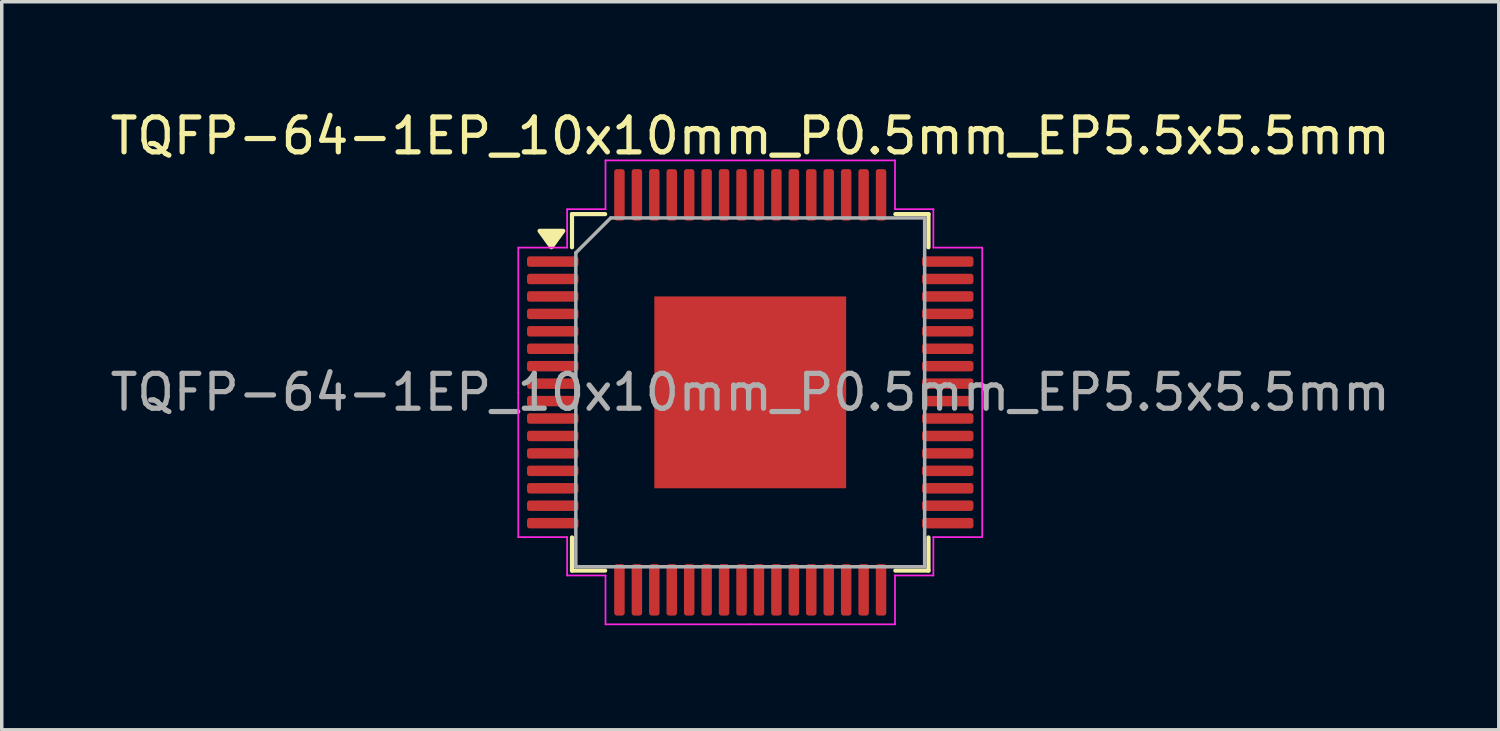
<source format=kicad_pcb>
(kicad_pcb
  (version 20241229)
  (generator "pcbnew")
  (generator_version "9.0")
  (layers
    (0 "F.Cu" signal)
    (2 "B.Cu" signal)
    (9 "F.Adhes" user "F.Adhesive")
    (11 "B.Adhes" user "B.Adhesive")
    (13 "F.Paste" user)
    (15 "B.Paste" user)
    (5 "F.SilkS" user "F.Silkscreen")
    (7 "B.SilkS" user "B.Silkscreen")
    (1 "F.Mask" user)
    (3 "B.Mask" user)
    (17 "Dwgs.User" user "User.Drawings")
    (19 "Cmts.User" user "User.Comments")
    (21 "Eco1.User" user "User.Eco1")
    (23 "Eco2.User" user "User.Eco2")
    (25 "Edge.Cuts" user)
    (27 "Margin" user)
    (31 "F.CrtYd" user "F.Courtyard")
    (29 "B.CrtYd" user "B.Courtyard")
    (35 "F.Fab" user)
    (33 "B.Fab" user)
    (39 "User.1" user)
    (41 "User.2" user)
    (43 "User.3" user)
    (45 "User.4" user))
  (footprint "TQFP-64-1EP_10x10mm_P0.5mm_EP5.5x5.5mm"
    (layer "F.Cu")
    (at 18.458 8.198)
    (property "Reference" "TQFP-64-1EP_10x10mm_P0.5mm_EP5.5x5.5mm" (at 0 -7.35 0) (layer "F.SilkS") (effects (font (size 1 1) (thickness 0.15))))
    (attr smd)
    (fp_line (start -5.11 -5.11) (end -5.11 -4.16) (stroke (width 0.12) (type solid)) (layer "F.SilkS"))
    (fp_line (start -5.11 5.11) (end -5.11 4.16) (stroke (width 0.12) (type solid)) (layer "F.SilkS"))
    (fp_line (start -4.16 -5.11) (end -5.11 -5.11) (stroke (width 0.12) (type solid)) (layer "F.SilkS"))
    (fp_line (start -4.16 5.11) (end -5.11 5.11) (stroke (width 0.12) (type solid)) (layer "F.SilkS"))
    (fp_line (start 4.16 -5.11) (end 5.11 -5.11) (stroke (width 0.12) (type solid)) (layer "F.SilkS"))
    (fp_line (start 4.16 5.11) (end 5.11 5.11) (stroke (width 0.12) (type solid)) (layer "F.SilkS"))
    (fp_line (start 5.11 -5.11) (end 5.11 -4.16) (stroke (width 0.12) (type solid)) (layer "F.SilkS"))
    (fp_line (start 5.11 5.11) (end 5.11 4.16) (stroke (width 0.12) (type solid)) (layer "F.SilkS"))
    (fp_poly (pts (xy -5.7 -4.16) (xy -6.04 -4.63) (xy -5.36 -4.63) (xy -5.7 -4.16)) (stroke (width 0.12) (type solid)) (fill yes) (layer "F.SilkS"))
    (fp_line (start -6.65 -4.15) (end -6.65 0) (stroke (width 0.05) (type solid)) (layer "F.CrtYd"))
    (fp_line (start -6.65 4.15) (end -6.65 0) (stroke (width 0.05) (type solid)) (layer "F.CrtYd"))
    (fp_line (start -5.25 -5.25) (end -5.25 -4.15) (stroke (width 0.05) (type solid)) (layer "F.CrtYd"))
    (fp_line (start -5.25 -4.15) (end -6.65 -4.15) (stroke (width 0.05) (type solid)) (layer "F.CrtYd"))
    (fp_line (start -5.25 4.15) (end -6.65 4.15) (stroke (width 0.05) (type solid)) (layer "F.CrtYd"))
    (fp_line (start -5.25 5.25) (end -5.25 4.15) (stroke (width 0.05) (type solid)) (layer "F.CrtYd"))
    (fp_line (start -4.15 -6.65) (end -4.15 -5.25) (stroke (width 0.05) (type solid)) (layer "F.CrtYd"))
    (fp_line (start -4.15 -5.25) (end -5.25 -5.25) (stroke (width 0.05) (type solid)) (layer "F.CrtYd"))
    (fp_line (start -4.15 5.25) (end -5.25 5.25) (stroke (width 0.05) (type solid)) (layer "F.CrtYd"))
    (fp_line (start -4.15 6.65) (end -4.15 5.25) (stroke (width 0.05) (type solid)) (layer "F.CrtYd"))
    (fp_line (start 0 -6.65) (end -4.15 -6.65) (stroke (width 0.05) (type solid)) (layer "F.CrtYd"))
    (fp_line (start 0 -6.65) (end 4.15 -6.65) (stroke (width 0.05) (type solid)) (layer "F.CrtYd"))
    (fp_line (start 0 6.65) (end -4.15 6.65) (stroke (width 0.05) (type solid)) (layer "F.CrtYd"))
    (fp_line (start 0 6.65) (end 4.15 6.65) (stroke (width 0.05) (type solid)) (layer "F.CrtYd"))
    (fp_line (start 4.15 -6.65) (end 4.15 -5.25) (stroke (width 0.05) (type solid)) (layer "F.CrtYd"))
    (fp_line (start 4.15 -5.25) (end 5.25 -5.25) (stroke (width 0.05) (type solid)) (layer "F.CrtYd"))
    (fp_line (start 4.15 5.25) (end 5.25 5.25) (stroke (width 0.05) (type solid)) (layer "F.CrtYd"))
    (fp_line (start 4.15 6.65) (end 4.15 5.25) (stroke (width 0.05) (type solid)) (layer "F.CrtYd"))
    (fp_line (start 5.25 -5.25) (end 5.25 -4.15) (stroke (width 0.05) (type solid)) (layer "F.CrtYd"))
    (fp_line (start 5.25 -4.15) (end 6.65 -4.15) (stroke (width 0.05) (type solid)) (layer "F.CrtYd"))
    (fp_line (start 5.25 4.15) (end 6.65 4.15) (stroke (width 0.05) (type solid)) (layer "F.CrtYd"))
    (fp_line (start 5.25 5.25) (end 5.25 4.15) (stroke (width 0.05) (type solid)) (layer "F.CrtYd"))
    (fp_line (start 6.65 -4.15) (end 6.65 0) (stroke (width 0.05) (type solid)) (layer "F.CrtYd"))
    (fp_line (start 6.65 4.15) (end 6.65 0) (stroke (width 0.05) (type solid)) (layer "F.CrtYd"))
    (fp_line (start -5 -4) (end -4 -5) (stroke (width 0.1) (type solid)) (layer "F.Fab"))
    (fp_line (start -5 5) (end -5 -4) (stroke (width 0.1) (type solid)) (layer "F.Fab"))
    (fp_line (start -4 -5) (end 5 -5) (stroke (width 0.1) (type solid)) (layer "F.Fab"))
    (fp_line (start 5 -5) (end 5 5) (stroke (width 0.1) (type solid)) (layer "F.Fab"))
    (fp_line (start 5 5) (end -5 5) (stroke (width 0.1) (type solid)) (layer "F.Fab"))
    (fp_text user "${REFERENCE}" (at 0 0 0) (layer "F.Fab") (effects (font (size 1 1) (thickness 0.15))))
    (pad "" smd roundrect (at -2.07 -2.07) (size 1.11 1.11) (layers "F.Paste") (roundrect_rratio 0.225))
    (pad "" smd roundrect (at -2.07 -0.69) (size 1.11 1.11) (layers "F.Paste") (roundrect_rratio 0.225))
    (pad "" smd roundrect (at -2.07 0.69) (size 1.11 1.11) (layers "F.Paste") (roundrect_rratio 0.225))
    (pad "" smd roundrect (at -2.07 2.07) (size 1.11 1.11) (layers "F.Paste") (roundrect_rratio 0.225))
    (pad "" smd roundrect (at -0.69 -2.07) (size 1.11 1.11) (layers "F.Paste") (roundrect_rratio 0.225))
    (pad "" smd roundrect (at -0.69 -0.69) (size 1.11 1.11) (layers "F.Paste") (roundrect_rratio 0.225))
    (pad "" smd roundrect (at -0.69 0.69) (size 1.11 1.11) (layers "F.Paste") (roundrect_rratio 0.225))
    (pad "" smd roundrect (at -0.69 2.07) (size 1.11 1.11) (layers "F.Paste") (roundrect_rratio 0.225))
    (pad "" smd roundrect (at 0.69 -2.07) (size 1.11 1.11) (layers "F.Paste") (roundrect_rratio 0.225))
    (pad "" smd roundrect (at 0.69 -0.69) (size 1.11 1.11) (layers "F.Paste") (roundrect_rratio 0.225))
    (pad "" smd roundrect (at 0.69 0.69) (size 1.11 1.11) (layers "F.Paste") (roundrect_rratio 0.225))
    (pad "" smd roundrect (at 0.69 2.07) (size 1.11 1.11) (layers "F.Paste") (roundrect_rratio 0.225))
    (pad "" smd roundrect (at 2.07 -2.07) (size 1.11 1.11) (layers "F.Paste") (roundrect_rratio 0.225))
    (pad "" smd roundrect (at 2.07 -0.69) (size 1.11 1.11) (layers "F.Paste") (roundrect_rratio 0.225))
    (pad "" smd roundrect (at 2.07 0.69) (size 1.11 1.11) (layers "F.Paste") (roundrect_rratio 0.225))
    (pad "" smd roundrect (at 2.07 2.07) (size 1.11 1.11) (layers "F.Paste") (roundrect_rratio 0.225))
    (pad "1" smd roundrect (at -5.662 -3.75) (size 1.475 0.3) (layers "F.Cu" "F.Mask" "F.Paste") (roundrect_rratio 0.25))
    (pad "2" smd roundrect (at -5.662 -3.25) (size 1.475 0.3) (layers "F.Cu" "F.Mask" "F.Paste") (roundrect_rratio 0.25))
    (pad "3" smd roundrect (at -5.662 -2.75) (size 1.475 0.3) (layers "F.Cu" "F.Mask" "F.Paste") (roundrect_rratio 0.25))
    (pad "4" smd roundrect (at -5.662 -2.25) (size 1.475 0.3) (layers "F.Cu" "F.Mask" "F.Paste") (roundrect_rratio 0.25))
    (pad "5" smd roundrect (at -5.662 -1.75) (size 1.475 0.3) (layers "F.Cu" "F.Mask" "F.Paste") (roundrect_rratio 0.25))
    (pad "6" smd roundrect (at -5.662 -1.25) (size 1.475 0.3) (layers "F.Cu" "F.Mask" "F.Paste") (roundrect_rratio 0.25))
    (pad "7" smd roundrect (at -5.662 -0.75) (size 1.475 0.3) (layers "F.Cu" "F.Mask" "F.Paste") (roundrect_rratio 0.25))
    (pad "8" smd roundrect (at -5.662 -0.25) (size 1.475 0.3) (layers "F.Cu" "F.Mask" "F.Paste") (roundrect_rratio 0.25))
    (pad "9" smd roundrect (at -5.662 0.25) (size 1.475 0.3) (layers "F.Cu" "F.Mask" "F.Paste") (roundrect_rratio 0.25))
    (pad "10" smd roundrect (at -5.662 0.75) (size 1.475 0.3) (layers "F.Cu" "F.Mask" "F.Paste") (roundrect_rratio 0.25))
    (pad "11" smd roundrect (at -5.662 1.25) (size 1.475 0.3) (layers "F.Cu" "F.Mask" "F.Paste") (roundrect_rratio 0.25))
    (pad "12" smd roundrect (at -5.662 1.75) (size 1.475 0.3) (layers "F.Cu" "F.Mask" "F.Paste") (roundrect_rratio 0.25))
    (pad "13" smd roundrect (at -5.662 2.25) (size 1.475 0.3) (layers "F.Cu" "F.Mask" "F.Paste") (roundrect_rratio 0.25))
    (pad "14" smd roundrect (at -5.662 2.75) (size 1.475 0.3) (layers "F.Cu" "F.Mask" "F.Paste") (roundrect_rratio 0.25))
    (pad "15" smd roundrect (at -5.662 3.25) (size 1.475 0.3) (layers "F.Cu" "F.Mask" "F.Paste") (roundrect_rratio 0.25))
    (pad "16" smd roundrect (at -5.662 3.75) (size 1.475 0.3) (layers "F.Cu" "F.Mask" "F.Paste") (roundrect_rratio 0.25))
    (pad "17" smd roundrect (at -3.75 5.662) (size 0.3 1.475) (layers "F.Cu" "F.Mask" "F.Paste") (roundrect_rratio 0.25))
    (pad "18" smd roundrect (at -3.25 5.662) (size 0.3 1.475) (layers "F.Cu" "F.Mask" "F.Paste") (roundrect_rratio 0.25))
    (pad "19" smd roundrect (at -2.75 5.662) (size 0.3 1.475) (layers "F.Cu" "F.Mask" "F.Paste") (roundrect_rratio 0.25))
    (pad "20" smd roundrect (at -2.25 5.662) (size 0.3 1.475) (layers "F.Cu" "F.Mask" "F.Paste") (roundrect_rratio 0.25))
    (pad "21" smd roundrect (at -1.75 5.662) (size 0.3 1.475) (layers "F.Cu" "F.Mask" "F.Paste") (roundrect_rratio 0.25))
    (pad "22" smd roundrect (at -1.25 5.662) (size 0.3 1.475) (layers "F.Cu" "F.Mask" "F.Paste") (roundrect_rratio 0.25))
    (pad "23" smd roundrect (at -0.75 5.662) (size 0.3 1.475) (layers "F.Cu" "F.Mask" "F.Paste") (roundrect_rratio 0.25))
    (pad "24" smd roundrect (at -0.25 5.662) (size 0.3 1.475) (layers "F.Cu" "F.Mask" "F.Paste") (roundrect_rratio 0.25))
    (pad "25" smd roundrect (at 0.25 5.662) (size 0.3 1.475) (layers "F.Cu" "F.Mask" "F.Paste") (roundrect_rratio 0.25))
    (pad "26" smd roundrect (at 0.75 5.662) (size 0.3 1.475) (layers "F.Cu" "F.Mask" "F.Paste") (roundrect_rratio 0.25))
    (pad "27" smd roundrect (at 1.25 5.662) (size 0.3 1.475) (layers "F.Cu" "F.Mask" "F.Paste") (roundrect_rratio 0.25))
    (pad "28" smd roundrect (at 1.75 5.662) (size 0.3 1.475) (layers "F.Cu" "F.Mask" "F.Paste") (roundrect_rratio 0.25))
    (pad "29" smd roundrect (at 2.25 5.662) (size 0.3 1.475) (layers "F.Cu" "F.Mask" "F.Paste") (roundrect_rratio 0.25))
    (pad "30" smd roundrect (at 2.75 5.662) (size 0.3 1.475) (layers "F.Cu" "F.Mask" "F.Paste") (roundrect_rratio 0.25))
    (pad "31" smd roundrect (at 3.25 5.662) (size 0.3 1.475) (layers "F.Cu" "F.Mask" "F.Paste") (roundrect_rratio 0.25))
    (pad "32" smd roundrect (at 3.75 5.662) (size 0.3 1.475) (layers "F.Cu" "F.Mask" "F.Paste") (roundrect_rratio 0.25))
    (pad "33" smd roundrect (at 5.662 3.75) (size 1.475 0.3) (layers "F.Cu" "F.Mask" "F.Paste") (roundrect_rratio 0.25))
    (pad "34" smd roundrect (at 5.662 3.25) (size 1.475 0.3) (layers "F.Cu" "F.Mask" "F.Paste") (roundrect_rratio 0.25))
    (pad "35" smd roundrect (at 5.662 2.75) (size 1.475 0.3) (layers "F.Cu" "F.Mask" "F.Paste") (roundrect_rratio 0.25))
    (pad "36" smd roundrect (at 5.662 2.25) (size 1.475 0.3) (layers "F.Cu" "F.Mask" "F.Paste") (roundrect_rratio 0.25))
    (pad "37" smd roundrect (at 5.662 1.75) (size 1.475 0.3) (layers "F.Cu" "F.Mask" "F.Paste") (roundrect_rratio 0.25))
    (pad "38" smd roundrect (at 5.662 1.25) (size 1.475 0.3) (layers "F.Cu" "F.Mask" "F.Paste") (roundrect_rratio 0.25))
    (pad "39" smd roundrect (at 5.662 0.75) (size 1.475 0.3) (layers "F.Cu" "F.Mask" "F.Paste") (roundrect_rratio 0.25))
    (pad "40" smd roundrect (at 5.662 0.25) (size 1.475 0.3) (layers "F.Cu" "F.Mask" "F.Paste") (roundrect_rratio 0.25))
    (pad "41" smd roundrect (at 5.662 -0.25) (size 1.475 0.3) (layers "F.Cu" "F.Mask" "F.Paste") (roundrect_rratio 0.25))
    (pad "42" smd roundrect (at 5.662 -0.75) (size 1.475 0.3) (layers "F.Cu" "F.Mask" "F.Paste") (roundrect_rratio 0.25))
    (pad "43" smd roundrect (at 5.662 -1.25) (size 1.475 0.3) (layers "F.Cu" "F.Mask" "F.Paste") (roundrect_rratio 0.25))
    (pad "44" smd roundrect (at 5.662 -1.75) (size 1.475 0.3) (layers "F.Cu" "F.Mask" "F.Paste") (roundrect_rratio 0.25))
    (pad "45" smd roundrect (at 5.662 -2.25) (size 1.475 0.3) (layers "F.Cu" "F.Mask" "F.Paste") (roundrect_rratio 0.25))
    (pad "46" smd roundrect (at 5.662 -2.75) (size 1.475 0.3) (layers "F.Cu" "F.Mask" "F.Paste") (roundrect_rratio 0.25))
    (pad "47" smd roundrect (at 5.662 -3.25) (size 1.475 0.3) (layers "F.Cu" "F.Mask" "F.Paste") (roundrect_rratio 0.25))
    (pad "48" smd roundrect (at 5.662 -3.75) (size 1.475 0.3) (layers "F.Cu" "F.Mask" "F.Paste") (roundrect_rratio 0.25))
    (pad "49" smd roundrect (at 3.75 -5.662) (size 0.3 1.475) (layers "F.Cu" "F.Mask" "F.Paste") (roundrect_rratio 0.25))
    (pad "50" smd roundrect (at 3.25 -5.662) (size 0.3 1.475) (layers "F.Cu" "F.Mask" "F.Paste") (roundrect_rratio 0.25))
    (pad "51" smd roundrect (at 2.75 -5.662) (size 0.3 1.475) (layers "F.Cu" "F.Mask" "F.Paste") (roundrect_rratio 0.25))
    (pad "52" smd roundrect (at 2.25 -5.662) (size 0.3 1.475) (layers "F.Cu" "F.Mask" "F.Paste") (roundrect_rratio 0.25))
    (pad "53" smd roundrect (at 1.75 -5.662) (size 0.3 1.475) (layers "F.Cu" "F.Mask" "F.Paste") (roundrect_rratio 0.25))
    (pad "54" smd roundrect (at 1.25 -5.662) (size 0.3 1.475) (layers "F.Cu" "F.Mask" "F.Paste") (roundrect_rratio 0.25))
    (pad "55" smd roundrect (at 0.75 -5.662) (size 0.3 1.475) (layers "F.Cu" "F.Mask" "F.Paste") (roundrect_rratio 0.25))
    (pad "56" smd roundrect (at 0.25 -5.662) (size 0.3 1.475) (layers "F.Cu" "F.Mask" "F.Paste") (roundrect_rratio 0.25))
    (pad "57" smd roundrect (at -0.25 -5.662) (size 0.3 1.475) (layers "F.Cu" "F.Mask" "F.Paste") (roundrect_rratio 0.25))
    (pad "58" smd roundrect (at -0.75 -5.662) (size 0.3 1.475) (layers "F.Cu" "F.Mask" "F.Paste") (roundrect_rratio 0.25))
    (pad "59" smd roundrect (at -1.25 -5.662) (size 0.3 1.475) (layers "F.Cu" "F.Mask" "F.Paste") (roundrect_rratio 0.25))
    (pad "60" smd roundrect (at -1.75 -5.662) (size 0.3 1.475) (layers "F.Cu" "F.Mask" "F.Paste") (roundrect_rratio 0.25))
    (pad "61" smd roundrect (at -2.25 -5.662) (size 0.3 1.475) (layers "F.Cu" "F.Mask" "F.Paste") (roundrect_rratio 0.25))
    (pad "62" smd roundrect (at -2.75 -5.662) (size 0.3 1.475) (layers "F.Cu" "F.Mask" "F.Paste") (roundrect_rratio 0.25))
    (pad "63" smd roundrect (at -3.25 -5.662) (size 0.3 1.475) (layers "F.Cu" "F.Mask" "F.Paste") (roundrect_rratio 0.25))
    (pad "64" smd roundrect (at -3.75 -5.662) (size 0.3 1.475) (layers "F.Cu" "F.Mask" "F.Paste") (roundrect_rratio 0.25))
    (pad "65" smd rect (at 0 0) (size 5.5 5.5) (property pad_prop_heatsink) (layers "F.Cu" "F.Mask")))
  (gr_rect
    (start -3 -3)
    (end 39.917 17.873)
    (stroke (width 0.1) (type default))
    (fill no)
    (layer "Edge.Cuts")))
</source>
